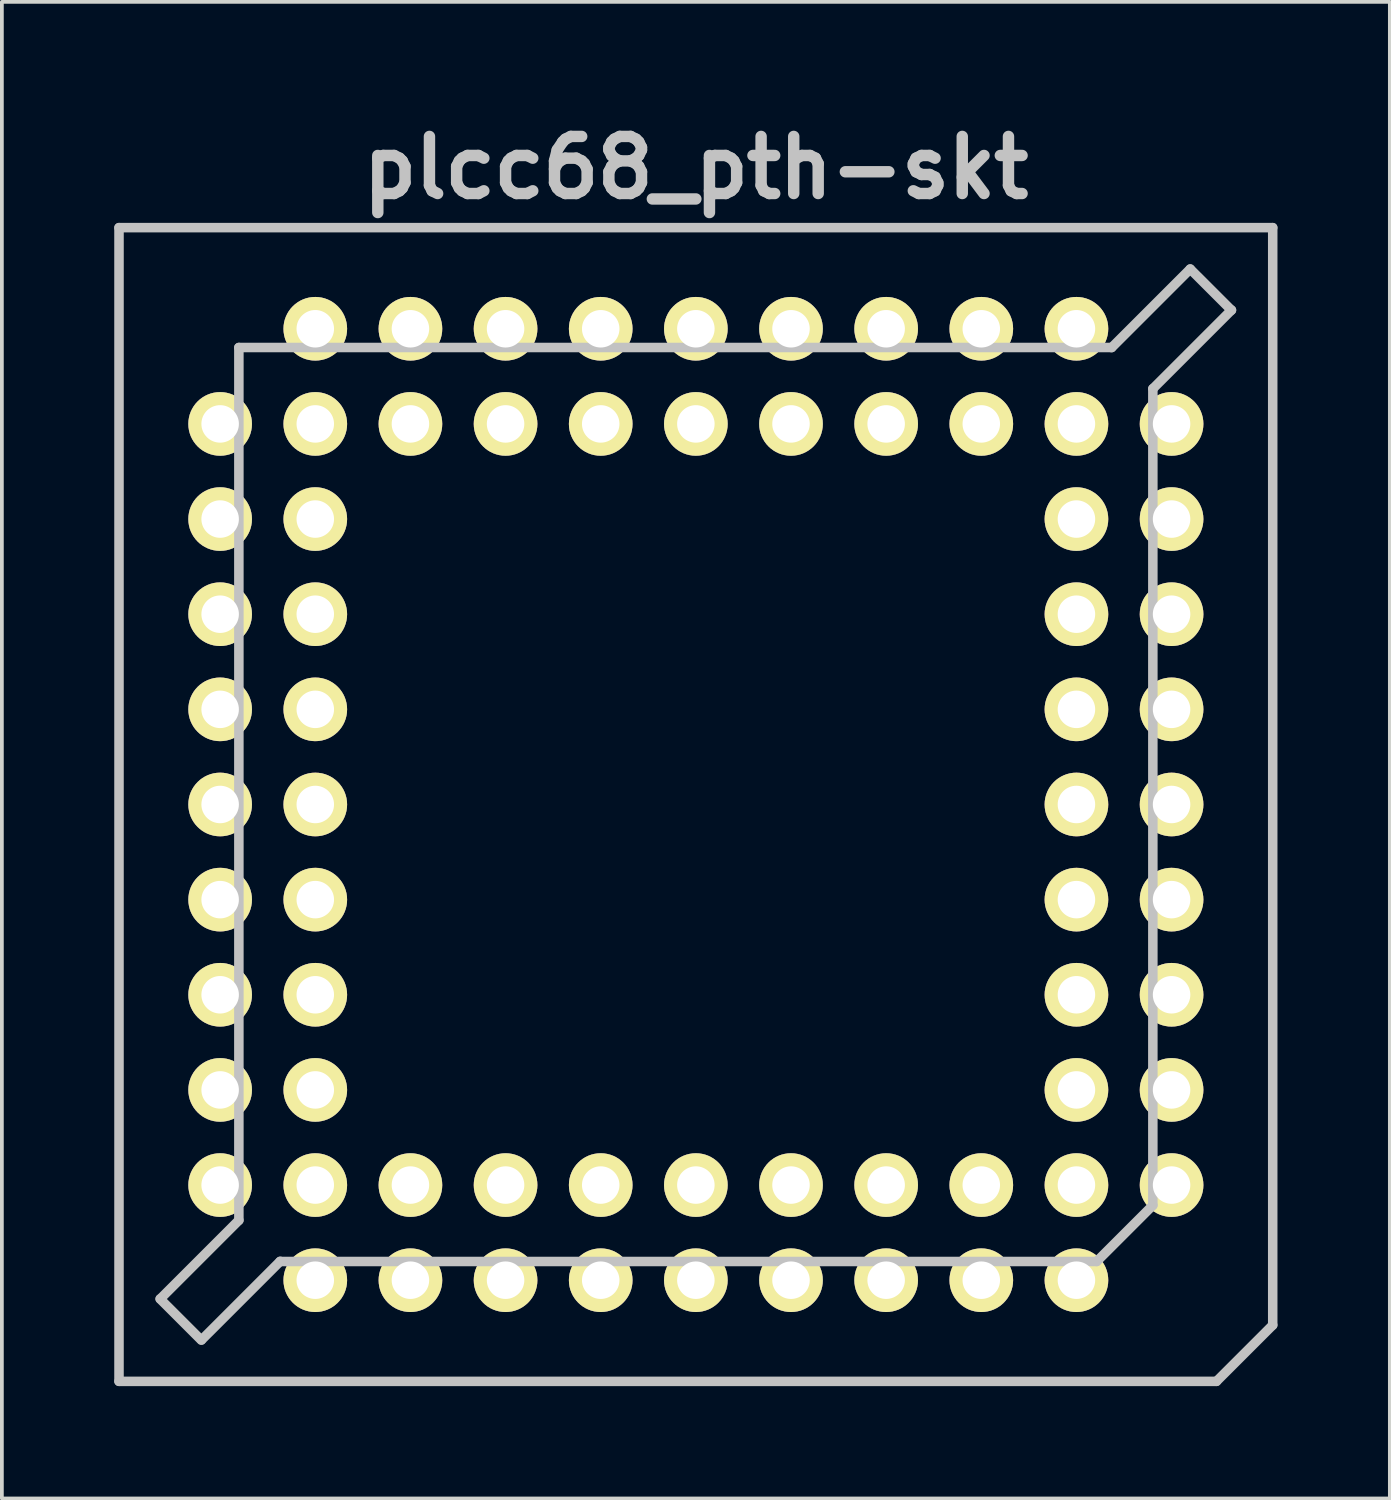
<source format=kicad_pcb>
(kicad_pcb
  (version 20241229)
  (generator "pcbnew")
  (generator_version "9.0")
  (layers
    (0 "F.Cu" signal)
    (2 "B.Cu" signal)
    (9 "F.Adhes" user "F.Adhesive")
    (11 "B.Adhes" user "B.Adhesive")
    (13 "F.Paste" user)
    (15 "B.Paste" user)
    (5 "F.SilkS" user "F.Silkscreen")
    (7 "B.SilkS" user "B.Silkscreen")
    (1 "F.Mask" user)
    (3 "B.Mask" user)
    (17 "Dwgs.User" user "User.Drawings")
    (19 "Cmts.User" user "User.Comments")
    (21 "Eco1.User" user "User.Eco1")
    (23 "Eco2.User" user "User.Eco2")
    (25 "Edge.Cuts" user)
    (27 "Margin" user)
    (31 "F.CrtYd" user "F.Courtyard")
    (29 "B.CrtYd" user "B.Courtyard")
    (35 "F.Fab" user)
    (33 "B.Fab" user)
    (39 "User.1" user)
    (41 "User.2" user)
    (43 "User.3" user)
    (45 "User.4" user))
  (footprint "plcc68_pth-skt"
    (layer "F.Cu")
    (at 15.527 18.427)
    (property "Reference" "plcc68_pth-skt" (at 0 -17 0) (layer "Dwgs.User") (effects (font (size 1.524 1.524) (thickness 0.305))))
    (attr through_hole)
    (fp_line (start -15.4 -15.4) (end -15.4 15.4) (stroke (width 0.254) (type solid)) (layer "Dwgs.User"))
    (fp_line (start -15.4 15.4) (end 13.899 15.4) (stroke (width 0.254) (type solid)) (layer "Dwgs.User"))
    (fp_line (start -14.303 13.2) (end -13.203 14.3) (stroke (width 0.254) (type solid)) (layer "Dwgs.User"))
    (fp_line (start -13.195 14.293) (end -11.097 12.195) (stroke (width 0.254) (type solid)) (layer "Dwgs.User"))
    (fp_line (start -12.2 -12.2) (end 11.1 -12.2) (stroke (width 0.254) (type solid)) (layer "Dwgs.User"))
    (fp_line (start -12.2 11.1) (end -14.298 13.198) (stroke (width 0.254) (type solid)) (layer "Dwgs.User"))
    (fp_line (start -12.2 11.1) (end -12.2 -12.2) (stroke (width 0.254) (type solid)) (layer "Dwgs.User"))
    (fp_line (start 10.701 12.2) (end -11.1 12.2) (stroke (width 0.254) (type solid)) (layer "Dwgs.User"))
    (fp_line (start 11.1 -12.197) (end 13.198 -14.295) (stroke (width 0.254) (type solid)) (layer "Dwgs.User"))
    (fp_line (start 12.2 -11.1) (end 12.2 10.701) (stroke (width 0.254) (type solid)) (layer "Dwgs.User"))
    (fp_line (start 12.2 10.701) (end 10.701 12.2) (stroke (width 0.254) (type solid)) (layer "Dwgs.User"))
    (fp_line (start 13.198 -14.295) (end 14.298 -13.195) (stroke (width 0.254) (type solid)) (layer "Dwgs.User"))
    (fp_line (start 13.899 15.4) (end 15.4 13.899) (stroke (width 0.254) (type solid)) (layer "Dwgs.User"))
    (fp_line (start 14.3 -13.2) (end 12.202 -11.102) (stroke (width 0.254) (type solid)) (layer "Dwgs.User"))
    (fp_line (start 15.4 -15.4) (end -15.4 -15.4) (stroke (width 0.254) (type solid)) (layer "Dwgs.User"))
    (fp_line (start 15.4 13.899) (end 15.4 -15.4) (stroke (width 0.254) (type solid)) (layer "Dwgs.User"))
    (pad "1" thru_hole circle (at 0 12.7) (size 1.699 1.699) (drill 1.001) (layers "*.Cu" "*.Mask" "F.SilkS"))
    (pad "2" thru_hole circle (at 0 10.16) (size 1.699 1.699) (drill 1.001) (layers "*.Cu" "*.Mask" "F.SilkS"))
    (pad "3" thru_hole circle (at 2.54 12.7) (size 1.699 1.699) (drill 1.001) (layers "*.Cu" "*.Mask" "F.SilkS"))
    (pad "4" thru_hole circle (at 2.54 10.16) (size 1.699 1.699) (drill 1.001) (layers "*.Cu" "*.Mask" "F.SilkS"))
    (pad "5" thru_hole circle (at 5.08 12.7) (size 1.699 1.699) (drill 1.001) (layers "*.Cu" "*.Mask" "F.SilkS"))
    (pad "6" thru_hole circle (at 5.08 10.16) (size 1.699 1.699) (drill 1.001) (layers "*.Cu" "*.Mask" "F.SilkS"))
    (pad "7" thru_hole circle (at 7.62 12.7) (size 1.699 1.699) (drill 1.001) (layers "*.Cu" "*.Mask" "F.SilkS"))
    (pad "8" thru_hole circle (at 7.62 10.16) (size 1.699 1.699) (drill 1.001) (layers "*.Cu" "*.Mask" "F.SilkS"))
    (pad "9" thru_hole circle (at 10.16 12.7) (size 1.699 1.699) (drill 1.001) (layers "*.Cu" "*.Mask" "F.SilkS"))
    (pad "10" thru_hole circle (at 12.7 10.16) (size 1.699 1.699) (drill 1.001) (layers "*.Cu" "*.Mask" "F.SilkS"))
    (pad "11" thru_hole circle (at 10.16 10.16) (size 1.699 1.699) (drill 1.001) (layers "*.Cu" "*.Mask" "F.SilkS"))
    (pad "12" thru_hole circle (at 12.7 7.62) (size 1.699 1.699) (drill 1.001) (layers "*.Cu" "*.Mask" "F.SilkS"))
    (pad "13" thru_hole circle (at 10.16 7.62) (size 1.699 1.699) (drill 1.001) (layers "*.Cu" "*.Mask" "F.SilkS"))
    (pad "14" thru_hole circle (at 12.7 5.08) (size 1.699 1.699) (drill 1.001) (layers "*.Cu" "*.Mask" "F.SilkS"))
    (pad "15" thru_hole circle (at 10.16 5.08) (size 1.699 1.699) (drill 1.001) (layers "*.Cu" "*.Mask" "F.SilkS"))
    (pad "16" thru_hole circle (at 12.7 2.54) (size 1.699 1.699) (drill 1.001) (layers "*.Cu" "*.Mask" "F.SilkS"))
    (pad "17" thru_hole circle (at 10.16 2.54) (size 1.699 1.699) (drill 1.001) (layers "*.Cu" "*.Mask" "F.SilkS"))
    (pad "18" thru_hole circle (at 12.7 0) (size 1.699 1.699) (drill 1.001) (layers "*.Cu" "*.Mask" "F.SilkS"))
    (pad "19" thru_hole circle (at 10.16 0) (size 1.699 1.699) (drill 1.001) (layers "*.Cu" "*.Mask" "F.SilkS"))
    (pad "20" thru_hole circle (at 12.7 -2.54) (size 1.699 1.699) (drill 1.001) (layers "*.Cu" "*.Mask" "F.SilkS"))
    (pad "21" thru_hole circle (at 10.16 -2.54) (size 1.699 1.699) (drill 1.001) (layers "*.Cu" "*.Mask" "F.SilkS"))
    (pad "22" thru_hole circle (at 12.7 -5.08) (size 1.699 1.699) (drill 1.001) (layers "*.Cu" "*.Mask" "F.SilkS"))
    (pad "23" thru_hole circle (at 10.16 -5.08) (size 1.699 1.699) (drill 1.001) (layers "*.Cu" "*.Mask" "F.SilkS"))
    (pad "24" thru_hole circle (at 12.7 -7.62) (size 1.699 1.699) (drill 1.001) (layers "*.Cu" "*.Mask" "F.SilkS"))
    (pad "25" thru_hole circle (at 10.16 -7.62) (size 1.699 1.699) (drill 1.001) (layers "*.Cu" "*.Mask" "F.SilkS"))
    (pad "26" thru_hole circle (at 12.7 -10.16) (size 1.699 1.699) (drill 1.001) (layers "*.Cu" "*.Mask" "F.SilkS"))
    (pad "27" thru_hole circle (at 10.16 -12.7) (size 1.699 1.699) (drill 1.001) (layers "*.Cu" "*.Mask" "F.SilkS"))
    (pad "28" thru_hole circle (at 10.16 -10.16) (size 1.699 1.699) (drill 1.001) (layers "*.Cu" "*.Mask" "F.SilkS"))
    (pad "29" thru_hole circle (at 7.62 -12.7) (size 1.699 1.699) (drill 1.001) (layers "*.Cu" "*.Mask" "F.SilkS"))
    (pad "30" thru_hole circle (at 7.62 -10.16) (size 1.699 1.699) (drill 1.001) (layers "*.Cu" "*.Mask" "F.SilkS"))
    (pad "31" thru_hole circle (at 5.08 -12.7) (size 1.699 1.699) (drill 1.001) (layers "*.Cu" "*.Mask" "F.SilkS"))
    (pad "32" thru_hole circle (at 5.08 -10.16) (size 1.699 1.699) (drill 1.001) (layers "*.Cu" "*.Mask" "F.SilkS"))
    (pad "33" thru_hole circle (at 2.54 -12.7) (size 1.699 1.699) (drill 1.001) (layers "*.Cu" "*.Mask" "F.SilkS"))
    (pad "34" thru_hole circle (at 2.54 -10.16) (size 1.699 1.699) (drill 1.001) (layers "*.Cu" "*.Mask" "F.SilkS"))
    (pad "35" thru_hole circle (at 0 -12.7) (size 1.699 1.699) (drill 1.001) (layers "*.Cu" "*.Mask" "F.SilkS"))
    (pad "36" thru_hole circle (at 0 -10.16) (size 1.699 1.699) (drill 1.001) (layers "*.Cu" "*.Mask" "F.SilkS"))
    (pad "37" thru_hole circle (at -2.54 -12.7) (size 1.699 1.699) (drill 1.001) (layers "*.Cu" "*.Mask" "F.SilkS"))
    (pad "38" thru_hole circle (at -2.54 -10.16) (size 1.699 1.699) (drill 1.001) (layers "*.Cu" "*.Mask" "F.SilkS"))
    (pad "39" thru_hole circle (at -5.08 -12.7) (size 1.699 1.699) (drill 1.001) (layers "*.Cu" "*.Mask" "F.SilkS"))
    (pad "40" thru_hole circle (at -5.08 -10.16) (size 1.699 1.699) (drill 1.001) (layers "*.Cu" "*.Mask" "F.SilkS"))
    (pad "41" thru_hole circle (at -7.62 -12.7) (size 1.699 1.699) (drill 1.001) (layers "*.Cu" "*.Mask" "F.SilkS"))
    (pad "42" thru_hole circle (at -7.62 -10.16) (size 1.699 1.699) (drill 1.001) (layers "*.Cu" "*.Mask" "F.SilkS"))
    (pad "43" thru_hole circle (at -10.16 -12.7) (size 1.699 1.699) (drill 1.001) (layers "*.Cu" "*.Mask" "F.SilkS"))
    (pad "44" thru_hole circle (at -12.7 -10.16) (size 1.699 1.699) (drill 1.001) (layers "*.Cu" "*.Mask" "F.SilkS"))
    (pad "45" thru_hole circle (at -10.16 -10.16) (size 1.699 1.699) (drill 1.001) (layers "*.Cu" "*.Mask" "F.SilkS"))
    (pad "46" thru_hole circle (at -12.7 -7.62) (size 1.699 1.699) (drill 1.001) (layers "*.Cu" "*.Mask" "F.SilkS"))
    (pad "47" thru_hole circle (at -10.16 -7.62) (size 1.699 1.699) (drill 1.001) (layers "*.Cu" "*.Mask" "F.SilkS"))
    (pad "48" thru_hole circle (at -12.7 -5.08) (size 1.699 1.699) (drill 1.001) (layers "*.Cu" "*.Mask" "F.SilkS"))
    (pad "49" thru_hole circle (at -10.16 -5.08) (size 1.699 1.699) (drill 1.001) (layers "*.Cu" "*.Mask" "F.SilkS"))
    (pad "50" thru_hole circle (at -12.7 -2.54) (size 1.699 1.699) (drill 1.001) (layers "*.Cu" "*.Mask" "F.SilkS"))
    (pad "51" thru_hole circle (at -10.16 -2.54) (size 1.699 1.699) (drill 1.001) (layers "*.Cu" "*.Mask" "F.SilkS"))
    (pad "52" thru_hole circle (at -12.7 0) (size 1.699 1.699) (drill 1.001) (layers "*.Cu" "*.Mask" "F.SilkS"))
    (pad "53" thru_hole circle (at -10.16 0) (size 1.699 1.699) (drill 1.001) (layers "*.Cu" "*.Mask" "F.SilkS"))
    (pad "54" thru_hole circle (at -12.7 2.54) (size 1.699 1.699) (drill 1.001) (layers "*.Cu" "*.Mask" "F.SilkS"))
    (pad "55" thru_hole circle (at -10.16 2.54) (size 1.699 1.699) (drill 1.001) (layers "*.Cu" "*.Mask" "F.SilkS"))
    (pad "56" thru_hole circle (at -12.7 5.08) (size 1.699 1.699) (drill 1.001) (layers "*.Cu" "*.Mask" "F.SilkS"))
    (pad "57" thru_hole circle (at -10.16 5.08) (size 1.699 1.699) (drill 1.001) (layers "*.Cu" "*.Mask" "F.SilkS"))
    (pad "58" thru_hole circle (at -12.7 7.62) (size 1.699 1.699) (drill 1.001) (layers "*.Cu" "*.Mask" "F.SilkS"))
    (pad "59" thru_hole circle (at -10.16 7.62) (size 1.699 1.699) (drill 1.001) (layers "*.Cu" "*.Mask" "F.SilkS"))
    (pad "60" thru_hole circle (at -12.7 10.16) (size 1.699 1.699) (drill 1.001) (layers "*.Cu" "*.Mask" "F.SilkS"))
    (pad "61" thru_hole circle (at -10.16 12.7) (size 1.699 1.699) (drill 1.001) (layers "*.Cu" "*.Mask" "F.SilkS"))
    (pad "62" thru_hole circle (at -10.16 10.16) (size 1.699 1.699) (drill 1.001) (layers "*.Cu" "*.Mask" "F.SilkS"))
    (pad "63" thru_hole circle (at -7.62 12.7) (size 1.699 1.699) (drill 1.001) (layers "*.Cu" "*.Mask" "F.SilkS"))
    (pad "64" thru_hole circle (at -7.62 10.16) (size 1.699 1.699) (drill 1.001) (layers "*.Cu" "*.Mask" "F.SilkS"))
    (pad "65" thru_hole circle (at -5.08 12.7) (size 1.699 1.699) (drill 1.001) (layers "*.Cu" "*.Mask" "F.SilkS"))
    (pad "66" thru_hole circle (at -5.08 10.16) (size 1.699 1.699) (drill 1.001) (layers "*.Cu" "*.Mask" "F.SilkS"))
    (pad "67" thru_hole circle (at -2.54 12.7) (size 1.699 1.699) (drill 1.001) (layers "*.Cu" "*.Mask" "F.SilkS"))
    (pad "68" thru_hole circle (at -2.54 10.16) (size 1.699 1.699) (drill 1.001) (layers "*.Cu" "*.Mask" "F.SilkS")))
  (gr_rect
    (start -3 -3)
    (end 34.054 36.954)
    (stroke (width 0.1) (type default))
    (fill no)
    (layer "Edge.Cuts")))
</source>
